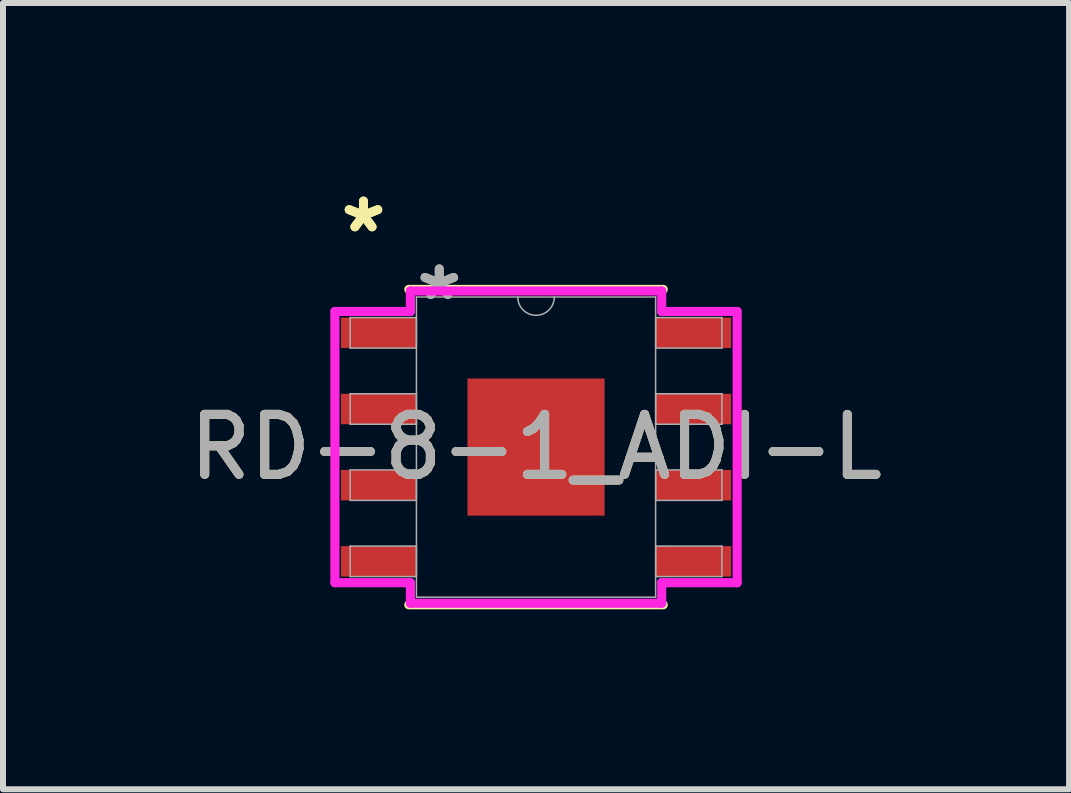
<source format=kicad_pcb>
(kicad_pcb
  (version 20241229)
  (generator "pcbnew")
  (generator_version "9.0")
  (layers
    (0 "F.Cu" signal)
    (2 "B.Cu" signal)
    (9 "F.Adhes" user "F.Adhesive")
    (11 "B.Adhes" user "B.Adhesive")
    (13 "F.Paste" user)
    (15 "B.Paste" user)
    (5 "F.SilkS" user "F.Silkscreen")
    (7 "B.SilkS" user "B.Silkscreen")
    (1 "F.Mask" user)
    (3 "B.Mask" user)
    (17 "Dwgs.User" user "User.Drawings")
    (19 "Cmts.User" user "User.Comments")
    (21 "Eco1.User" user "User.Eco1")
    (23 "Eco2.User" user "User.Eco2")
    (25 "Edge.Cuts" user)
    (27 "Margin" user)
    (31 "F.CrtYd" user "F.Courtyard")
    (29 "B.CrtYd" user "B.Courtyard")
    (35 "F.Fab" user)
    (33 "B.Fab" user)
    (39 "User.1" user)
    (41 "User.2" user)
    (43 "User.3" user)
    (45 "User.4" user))
  (footprint "RD-8-1_ADI-L"
    (layer "F.Cu")
    (at 5.887 4.404)
    (property "Reference" "RD-8-1_ADI-L" (at 0 0 0) (unlocked yes) (layer "F.SilkS") (effects (font (size 1 1) (thickness 0.15))))
    (attr smd)
    (fp_line (start -2.121 2.629) (end 2.121 2.629) (stroke (width 0.152) (type solid)) (layer "F.SilkS"))
    (fp_line (start 2.121 -2.629) (end -2.121 -2.629) (stroke (width 0.152) (type solid)) (layer "F.SilkS"))
    (fp_line (start -3.353 -2.261) (end -2.095 -2.261) (stroke (width 0.152) (type solid)) (layer "F.CrtYd"))
    (fp_line (start -3.353 2.261) (end -3.353 -2.261) (stroke (width 0.152) (type solid)) (layer "F.CrtYd"))
    (fp_line (start -3.353 2.261) (end -2.095 2.261) (stroke (width 0.152) (type solid)) (layer "F.CrtYd"))
    (fp_line (start -2.095 -2.603) (end 2.095 -2.603) (stroke (width 0.152) (type solid)) (layer "F.CrtYd"))
    (fp_line (start -2.095 -2.261) (end -2.095 -2.603) (stroke (width 0.152) (type solid)) (layer "F.CrtYd"))
    (fp_line (start -2.095 2.603) (end -2.095 2.261) (stroke (width 0.152) (type solid)) (layer "F.CrtYd"))
    (fp_line (start 2.095 -2.603) (end 2.095 -2.261) (stroke (width 0.152) (type solid)) (layer "F.CrtYd"))
    (fp_line (start 2.095 2.261) (end 2.095 2.603) (stroke (width 0.152) (type solid)) (layer "F.CrtYd"))
    (fp_line (start 2.095 2.603) (end -2.095 2.603) (stroke (width 0.152) (type solid)) (layer "F.CrtYd"))
    (fp_line (start 3.353 -2.261) (end 2.095 -2.261) (stroke (width 0.152) (type solid)) (layer "F.CrtYd"))
    (fp_line (start 3.353 -2.261) (end 3.353 2.261) (stroke (width 0.152) (type solid)) (layer "F.CrtYd"))
    (fp_line (start 3.353 2.261) (end 2.095 2.261) (stroke (width 0.152) (type solid)) (layer "F.CrtYd"))
    (fp_line (start -3.099 -2.159) (end -3.099 -1.651) (stroke (width 0.025) (type solid)) (layer "F.Fab"))
    (fp_line (start -3.099 -1.651) (end -1.994 -1.651) (stroke (width 0.025) (type solid)) (layer "F.Fab"))
    (fp_line (start -3.099 -0.889) (end -3.099 -0.381) (stroke (width 0.025) (type solid)) (layer "F.Fab"))
    (fp_line (start -3.099 -0.381) (end -1.994 -0.381) (stroke (width 0.025) (type solid)) (layer "F.Fab"))
    (fp_line (start -3.099 0.381) (end -3.099 0.889) (stroke (width 0.025) (type solid)) (layer "F.Fab"))
    (fp_line (start -3.099 0.889) (end -1.994 0.889) (stroke (width 0.025) (type solid)) (layer "F.Fab"))
    (fp_line (start -3.099 1.651) (end -3.099 2.159) (stroke (width 0.025) (type solid)) (layer "F.Fab"))
    (fp_line (start -3.099 2.159) (end -1.994 2.159) (stroke (width 0.025) (type solid)) (layer "F.Fab"))
    (fp_line (start -1.994 -2.502) (end -1.994 2.502) (stroke (width 0.025) (type solid)) (layer "F.Fab"))
    (fp_line (start -1.994 -2.159) (end -3.099 -2.159) (stroke (width 0.025) (type solid)) (layer "F.Fab"))
    (fp_line (start -1.994 -1.651) (end -1.994 -2.159) (stroke (width 0.025) (type solid)) (layer "F.Fab"))
    (fp_line (start -1.994 -0.889) (end -3.099 -0.889) (stroke (width 0.025) (type solid)) (layer "F.Fab"))
    (fp_line (start -1.994 -0.381) (end -1.994 -0.889) (stroke (width 0.025) (type solid)) (layer "F.Fab"))
    (fp_line (start -1.994 0.381) (end -3.099 0.381) (stroke (width 0.025) (type solid)) (layer "F.Fab"))
    (fp_line (start -1.994 0.889) (end -1.994 0.381) (stroke (width 0.025) (type solid)) (layer "F.Fab"))
    (fp_line (start -1.994 1.651) (end -3.099 1.651) (stroke (width 0.025) (type solid)) (layer "F.Fab"))
    (fp_line (start -1.994 2.159) (end -1.994 1.651) (stroke (width 0.025) (type solid)) (layer "F.Fab"))
    (fp_line (start -1.994 2.502) (end 1.994 2.502) (stroke (width 0.025) (type solid)) (layer "F.Fab"))
    (fp_line (start 1.994 -2.502) (end -1.994 -2.502) (stroke (width 0.025) (type solid)) (layer "F.Fab"))
    (fp_line (start 1.994 -2.159) (end 1.994 -1.651) (stroke (width 0.025) (type solid)) (layer "F.Fab"))
    (fp_line (start 1.994 -1.651) (end 3.099 -1.651) (stroke (width 0.025) (type solid)) (layer "F.Fab"))
    (fp_line (start 1.994 -0.889) (end 1.994 -0.381) (stroke (width 0.025) (type solid)) (layer "F.Fab"))
    (fp_line (start 1.994 -0.381) (end 3.099 -0.381) (stroke (width 0.025) (type solid)) (layer "F.Fab"))
    (fp_line (start 1.994 0.381) (end 1.994 0.889) (stroke (width 0.025) (type solid)) (layer "F.Fab"))
    (fp_line (start 1.994 0.889) (end 3.099 0.889) (stroke (width 0.025) (type solid)) (layer "F.Fab"))
    (fp_line (start 1.994 1.651) (end 1.994 2.159) (stroke (width 0.025) (type solid)) (layer "F.Fab"))
    (fp_line (start 1.994 2.159) (end 3.099 2.159) (stroke (width 0.025) (type solid)) (layer "F.Fab"))
    (fp_line (start 1.994 2.502) (end 1.994 -2.502) (stroke (width 0.025) (type solid)) (layer "F.Fab"))
    (fp_line (start 3.099 -2.159) (end 1.994 -2.159) (stroke (width 0.025) (type solid)) (layer "F.Fab"))
    (fp_line (start 3.099 -1.651) (end 3.099 -2.159) (stroke (width 0.025) (type solid)) (layer "F.Fab"))
    (fp_line (start 3.099 -0.889) (end 1.994 -0.889) (stroke (width 0.025) (type solid)) (layer "F.Fab"))
    (fp_line (start 3.099 -0.381) (end 3.099 -0.889) (stroke (width 0.025) (type solid)) (layer "F.Fab"))
    (fp_line (start 3.099 0.381) (end 1.994 0.381) (stroke (width 0.025) (type solid)) (layer "F.Fab"))
    (fp_line (start 3.099 0.889) (end 3.099 0.381) (stroke (width 0.025) (type solid)) (layer "F.Fab"))
    (fp_line (start 3.099 1.651) (end 1.994 1.651) (stroke (width 0.025) (type solid)) (layer "F.Fab"))
    (fp_line (start 3.099 2.159) (end 3.099 1.651) (stroke (width 0.025) (type solid)) (layer "F.Fab"))
    (fp_arc (start 0.3048 -2.5019) (mid 0 -2.1971) (end -0.3048 -2.5019) (stroke (width 0.0254) (type solid)) (layer "F.Fab"))
    (fp_text user "*" (at -2.877 -3.556 0) (layer "F.SilkS") (effects (font (size 1 1) (thickness 0.15))))
    (fp_text user "*" (at -2.877 -3.556 0) (unlocked yes) (layer "F.SilkS") (effects (font (size 1 1) (thickness 0.15))))
    (fp_text user "*" (at -1.613 -2.426 0) (layer "F.Fab") (effects (font (size 1 1) (thickness 0.15))))
    (fp_text user "${REFERENCE}" (at 0 0 0) (unlocked yes) (layer "F.Fab") (effects (font (size 1 1) (thickness 0.15))))
    (fp_text user "*" (at -1.613 -2.426 0) (unlocked yes) (layer "F.Fab") (effects (font (size 1 1) (thickness 0.15))))
    (pad "1" smd rect (at -2.623 -1.905) (size 1.257 0.508) (layers "F.Cu" "F.Mask" "F.Paste"))
    (pad "2" smd rect (at -2.623 -0.635) (size 1.257 0.508) (layers "F.Cu" "F.Mask" "F.Paste"))
    (pad "3" smd rect (at -2.623 0.635) (size 1.257 0.508) (layers "F.Cu" "F.Mask" "F.Paste"))
    (pad "4" smd rect (at -2.623 1.905) (size 1.257 0.508) (layers "F.Cu" "F.Mask" "F.Paste"))
    (pad "5" smd rect (at 2.623 1.905) (size 1.257 0.508) (layers "F.Cu" "F.Mask" "F.Paste"))
    (pad "6" smd rect (at 2.623 0.635) (size 1.257 0.508) (layers "F.Cu" "F.Mask" "F.Paste"))
    (pad "7" smd rect (at 2.623 -0.635) (size 1.257 0.508) (layers "F.Cu" "F.Mask" "F.Paste"))
    (pad "8" smd rect (at 2.623 -1.905) (size 1.257 0.508) (layers "F.Cu" "F.Mask" "F.Paste"))
    (pad "9" smd rect (at 0 0) (size 2.286 2.286) (layers "F.Cu" "F.Mask" "F.Paste")))
  (gr_rect
    (start -3 -3)
    (end 14.774 10.109)
    (stroke (width 0.1) (type default))
    (fill no)
    (layer "Edge.Cuts")))
</source>
